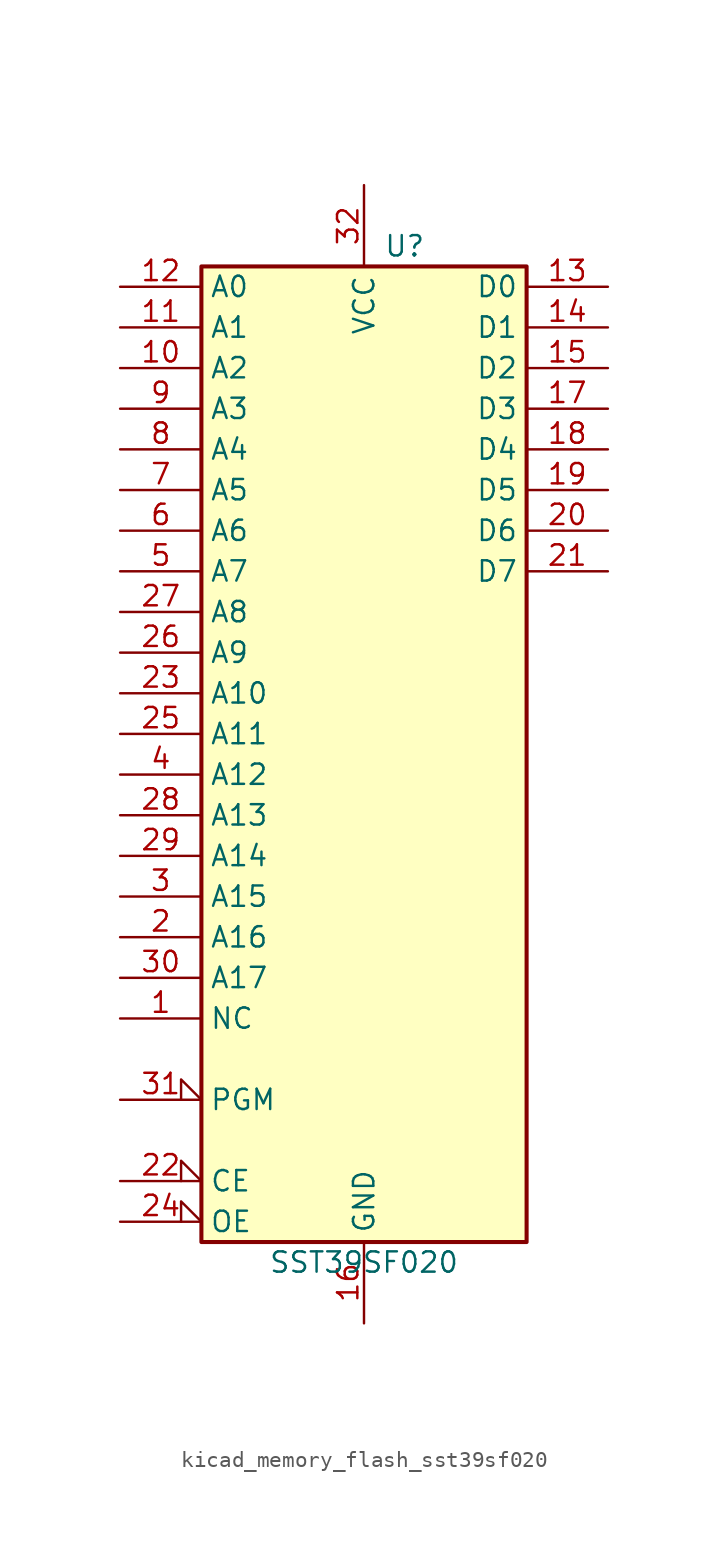
<source format=kicad_sym>
(kicad_symbol_lib
  (version 20220914)
  (generator kicad_symbol_editor)
  (symbol "kicad_memory_flash_sst39sf020"
    (property "Reference" "U"
      (at 2.54 33.02 0)
      (effects (font (size 1.27 1.27))))
    (property "Value" "SST39SF020"
      (at 0 -30.48 0)
      (effects (font (size 1.27 1.27))))
    (symbol "kicad_memory_flash_sst39sf020_0_0"
      (pin power_in line (at 0 -34.29 90) (length 5.08) (name "GND" (effects (font (size 1.27 1.27)))) (number "16" (effects (font (size 1.27 1.27)))))
      (pin power_in line (at 0 36.83 270) (length 5.08) (name "VCC" (effects (font (size 1.27 1.27)))) (number "32" (effects (font (size 1.27 1.27))))))
    (symbol "kicad_memory_flash_sst39sf020_0_1"
      (rectangle (start -10.16 31.75) (end 10.16 -29.21) (stroke (width 0.254) (type default)) (fill (type background))))
    (symbol "kicad_memory_flash_sst39sf020_1_1"
      (pin input line (at -15.24 -15.24 0) (length 5.08) (name "NC" (effects (font (size 1.27 1.27)))) (number "1" (effects (font (size 1.27 1.27)))))
      (pin input line (at -15.24 25.4 0) (length 5.08) (name "A2" (effects (font (size 1.27 1.27)))) (number "10" (effects (font (size 1.27 1.27)))))
      (pin input line (at -15.24 27.94 0) (length 5.08) (name "A1" (effects (font (size 1.27 1.27)))) (number "11" (effects (font (size 1.27 1.27)))))
      (pin input line (at -15.24 30.48 0) (length 5.08) (name "A0" (effects (font (size 1.27 1.27)))) (number "12" (effects (font (size 1.27 1.27)))))
      (pin tri_state line (at 15.24 30.48 180) (length 5.08) (name "D0" (effects (font (size 1.27 1.27)))) (number "13" (effects (font (size 1.27 1.27)))))
      (pin tri_state line (at 15.24 27.94 180) (length 5.08) (name "D1" (effects (font (size 1.27 1.27)))) (number "14" (effects (font (size 1.27 1.27)))))
      (pin tri_state line (at 15.24 25.4 180) (length 5.08) (name "D2" (effects (font (size 1.27 1.27)))) (number "15" (effects (font (size 1.27 1.27)))))
      (pin tri_state line (at 15.24 22.86 180) (length 5.08) (name "D3" (effects (font (size 1.27 1.27)))) (number "17" (effects (font (size 1.27 1.27)))))
      (pin tri_state line (at 15.24 20.32 180) (length 5.08) (name "D4" (effects (font (size 1.27 1.27)))) (number "18" (effects (font (size 1.27 1.27)))))
      (pin tri_state line (at 15.24 17.78 180) (length 5.08) (name "D5" (effects (font (size 1.27 1.27)))) (number "19" (effects (font (size 1.27 1.27)))))
      (pin input line (at -15.24 -10.16 0) (length 5.08) (name "A16" (effects (font (size 1.27 1.27)))) (number "2" (effects (font (size 1.27 1.27)))))
      (pin tri_state line (at 15.24 15.24 180) (length 5.08) (name "D6" (effects (font (size 1.27 1.27)))) (number "20" (effects (font (size 1.27 1.27)))))
      (pin tri_state line (at 15.24 12.7 180) (length 5.08) (name "D7" (effects (font (size 1.27 1.27)))) (number "21" (effects (font (size 1.27 1.27)))))
      (pin input input_low (at -15.24 -25.4 0) (length 5.08) (name "CE" (effects (font (size 1.27 1.27)))) (number "22" (effects (font (size 1.27 1.27)))))
      (pin input line (at -15.24 5.08 0) (length 5.08) (name "A10" (effects (font (size 1.27 1.27)))) (number "23" (effects (font (size 1.27 1.27)))))
      (pin input input_low (at -15.24 -27.94 0) (length 5.08) (name "OE" (effects (font (size 1.27 1.27)))) (number "24" (effects (font (size 1.27 1.27)))))
      (pin input line (at -15.24 2.54 0) (length 5.08) (name "A11" (effects (font (size 1.27 1.27)))) (number "25" (effects (font (size 1.27 1.27)))))
      (pin input line (at -15.24 7.62 0) (length 5.08) (name "A9" (effects (font (size 1.27 1.27)))) (number "26" (effects (font (size 1.27 1.27)))))
      (pin input line (at -15.24 10.16 0) (length 5.08) (name "A8" (effects (font (size 1.27 1.27)))) (number "27" (effects (font (size 1.27 1.27)))))
      (pin input line (at -15.24 -2.54 0) (length 5.08) (name "A13" (effects (font (size 1.27 1.27)))) (number "28" (effects (font (size 1.27 1.27)))))
      (pin input line (at -15.24 -5.08 0) (length 5.08) (name "A14" (effects (font (size 1.27 1.27)))) (number "29" (effects (font (size 1.27 1.27)))))
      (pin input line (at -15.24 -7.62 0) (length 5.08) (name "A15" (effects (font (size 1.27 1.27)))) (number "3" (effects (font (size 1.27 1.27)))))
      (pin input line (at -15.24 -12.7 0) (length 5.08) (name "A17" (effects (font (size 1.27 1.27)))) (number "30" (effects (font (size 1.27 1.27)))))
      (pin input input_low (at -15.24 -20.32 0) (length 5.08) (name "PGM" (effects (font (size 1.27 1.27)))) (number "31" (effects (font (size 1.27 1.27)))))
      (pin input line (at -15.24 0 0) (length 5.08) (name "A12" (effects (font (size 1.27 1.27)))) (number "4" (effects (font (size 1.27 1.27)))))
      (pin input line (at -15.24 12.7 0) (length 5.08) (name "A7" (effects (font (size 1.27 1.27)))) (number "5" (effects (font (size 1.27 1.27)))))
      (pin input line (at -15.24 15.24 0) (length 5.08) (name "A6" (effects (font (size 1.27 1.27)))) (number "6" (effects (font (size 1.27 1.27)))))
      (pin input line (at -15.24 17.78 0) (length 5.08) (name "A5" (effects (font (size 1.27 1.27)))) (number "7" (effects (font (size 1.27 1.27)))))
      (pin input line (at -15.24 20.32 0) (length 5.08) (name "A4" (effects (font (size 1.27 1.27)))) (number "8" (effects (font (size 1.27 1.27)))))
      (pin input line (at -15.24 22.86 0) (length 5.08) (name "A3" (effects (font (size 1.27 1.27)))) (number "9" (effects (font (size 1.27 1.27))))))))
</source>
